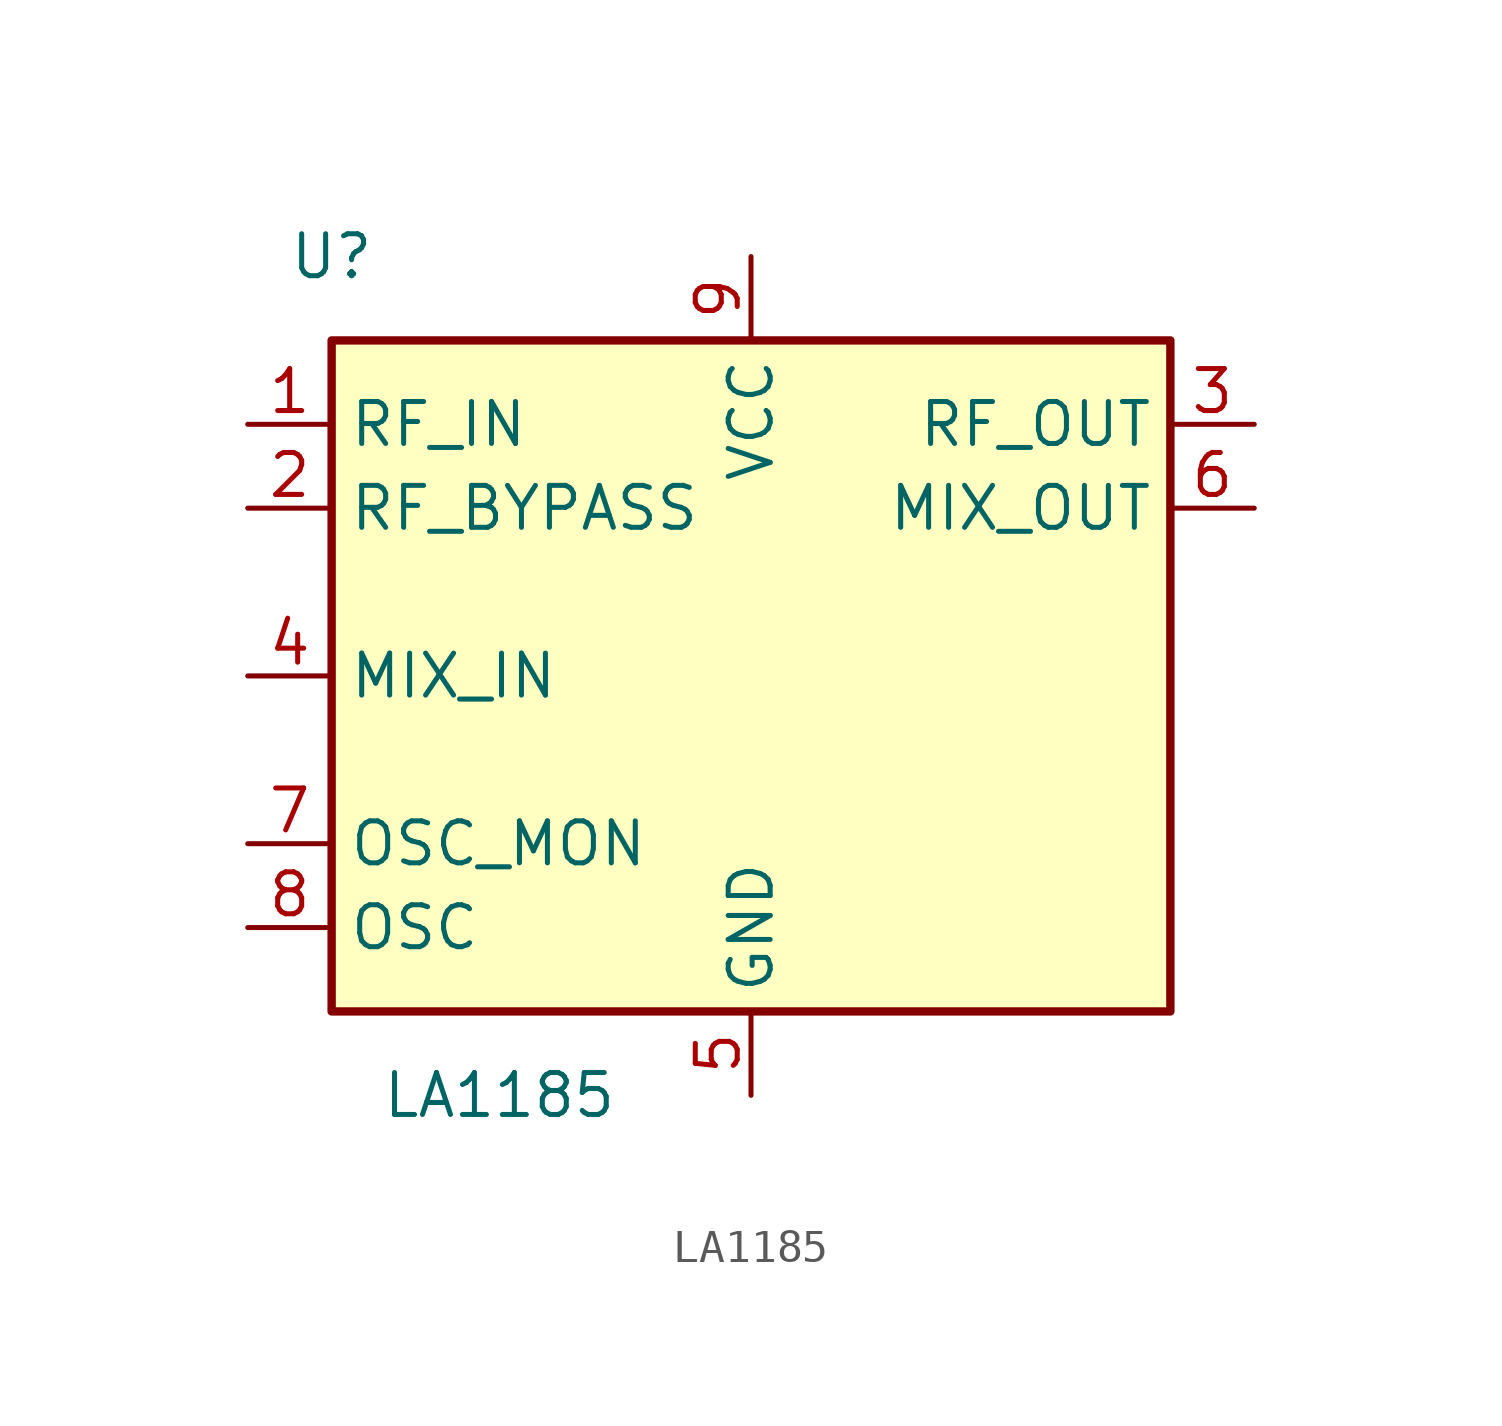
<source format=kicad_sym>
(kicad_symbol_lib
  (version 20220914)
  (generator kicad_symbol_editor)
  (symbol "LA1185"
    (property "Reference" "U"
      (at -12.7 12.7 0)
      (effects (font (size 1.27 1.27))))
    (property "Value" "LA1185"
      (at -7.62 -12.7 0)
      (effects (font (size 1.27 1.27))))
    (symbol "LA1185_0_1"
      (rectangle (start -12.7 10.16) (end 12.7 -10.16) (stroke (width 0.254) (type default)) (fill (type background))))
    (symbol "LA1185_1_1"
      (pin input line (at -15.24 7.62 0) (length 2.54) (name "RF_IN" (effects (font (size 1.27 1.27)))) (number "1" (effects (font (size 1.27 1.27)))))
      (pin passive line (at -15.24 5.08 0) (length 2.54) (name "RF_BYPASS" (effects (font (size 1.27 1.27)))) (number "2" (effects (font (size 1.27 1.27)))))
      (pin output line (at 15.24 7.62 180) (length 2.54) (name "RF_OUT" (effects (font (size 1.27 1.27)))) (number "3" (effects (font (size 1.27 1.27)))))
      (pin input line (at -15.24 0 0) (length 2.54) (name "MIX_IN" (effects (font (size 1.27 1.27)))) (number "4" (effects (font (size 1.27 1.27)))))
      (pin power_in line (at 0 -12.7 90) (length 2.54) (name "GND" (effects (font (size 1.27 1.27)))) (number "5" (effects (font (size 1.27 1.27)))))
      (pin output line (at 15.24 5.08 180) (length 2.54) (name "MIX_OUT" (effects (font (size 1.27 1.27)))) (number "6" (effects (font (size 1.27 1.27)))))
      (pin passive line (at -15.24 -5.08 0) (length 2.54) (name "OSC_MON" (effects (font (size 1.27 1.27)))) (number "7" (effects (font (size 1.27 1.27)))))
      (pin output line (at -15.24 -7.62 0) (length 2.54) (name "OSC" (effects (font (size 1.27 1.27)))) (number "8" (effects (font (size 1.27 1.27)))))
      (pin power_in line (at 0 12.7 270) (length 2.54) (name "VCC" (effects (font (size 1.27 1.27)))) (number "9" (effects (font (size 1.27 1.27))))))))
</source>
